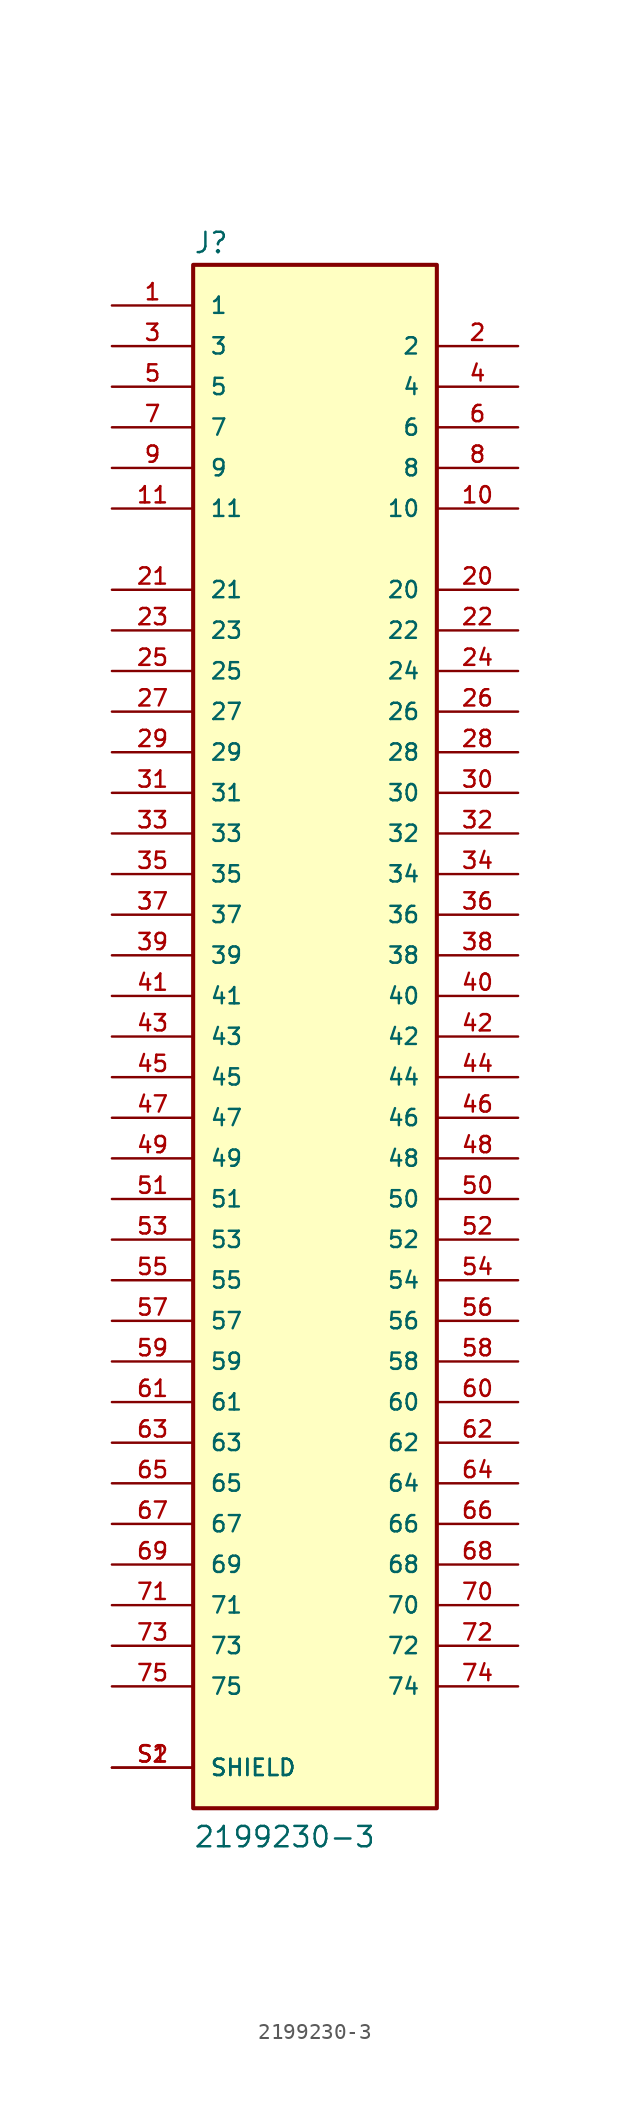
<source format=kicad_sym>
(kicad_symbol_lib
  (version 20211014)
  (generator kicad_symbol_editor)
  (symbol "2199230-3"
    (pin_names
      (offset 1.016))
    (property "Reference" "J"
      (at -7.62 48.895 0)
      (effects (font (size 1.27 1.27)) (justify bottom left)))
    (property "Value" "2199230-3"
      (at -7.62 -50.8 0)
      (effects (font (size 1.27 1.27)) (justify bottom left)))
    (symbol "2199230-3_0_0"
      (rectangle (start -7.62 -48.26) (end 7.62 48.26) (stroke (width 0.254)) (fill (type background)))
      (pin passive line (at -12.7 45.72 0) (length 5.08) (name "1" (effects (font (size 1.016 1.016)))) (number "1" (effects (font (size 1.016 1.016)))))
      (pin passive line (at 12.7 43.18 180.0) (length 5.08) (name "2" (effects (font (size 1.016 1.016)))) (number "2" (effects (font (size 1.016 1.016)))))
      (pin passive line (at -12.7 43.18 0) (length 5.08) (name "3" (effects (font (size 1.016 1.016)))) (number "3" (effects (font (size 1.016 1.016)))))
      (pin passive line (at 12.7 40.64 180.0) (length 5.08) (name "4" (effects (font (size 1.016 1.016)))) (number "4" (effects (font (size 1.016 1.016)))))
      (pin passive line (at -12.7 40.64 0) (length 5.08) (name "5" (effects (font (size 1.016 1.016)))) (number "5" (effects (font (size 1.016 1.016)))))
      (pin passive line (at 12.7 38.1 180.0) (length 5.08) (name "6" (effects (font (size 1.016 1.016)))) (number "6" (effects (font (size 1.016 1.016)))))
      (pin passive line (at -12.7 38.1 0) (length 5.08) (name "7" (effects (font (size 1.016 1.016)))) (number "7" (effects (font (size 1.016 1.016)))))
      (pin passive line (at 12.7 35.56 180.0) (length 5.08) (name "8" (effects (font (size 1.016 1.016)))) (number "8" (effects (font (size 1.016 1.016)))))
      (pin passive line (at -12.7 35.56 0) (length 5.08) (name "9" (effects (font (size 1.016 1.016)))) (number "9" (effects (font (size 1.016 1.016)))))
      (pin passive line (at 12.7 33.02 180.0) (length 5.08) (name "10" (effects (font (size 1.016 1.016)))) (number "10" (effects (font (size 1.016 1.016)))))
      (pin passive line (at -12.7 33.02 0) (length 5.08) (name "11" (effects (font (size 1.016 1.016)))) (number "11" (effects (font (size 1.016 1.016)))))
      (pin passive line (at 12.7 27.94 180.0) (length 5.08) (name "20" (effects (font (size 1.016 1.016)))) (number "20" (effects (font (size 1.016 1.016)))))
      (pin passive line (at -12.7 27.94 0) (length 5.08) (name "21" (effects (font (size 1.016 1.016)))) (number "21" (effects (font (size 1.016 1.016)))))
      (pin passive line (at 12.7 25.4 180.0) (length 5.08) (name "22" (effects (font (size 1.016 1.016)))) (number "22" (effects (font (size 1.016 1.016)))))
      (pin passive line (at -12.7 25.4 0) (length 5.08) (name "23" (effects (font (size 1.016 1.016)))) (number "23" (effects (font (size 1.016 1.016)))))
      (pin passive line (at 12.7 22.86 180.0) (length 5.08) (name "24" (effects (font (size 1.016 1.016)))) (number "24" (effects (font (size 1.016 1.016)))))
      (pin passive line (at -12.7 22.86 0) (length 5.08) (name "25" (effects (font (size 1.016 1.016)))) (number "25" (effects (font (size 1.016 1.016)))))
      (pin passive line (at 12.7 20.32 180.0) (length 5.08) (name "26" (effects (font (size 1.016 1.016)))) (number "26" (effects (font (size 1.016 1.016)))))
      (pin passive line (at -12.7 20.32 0) (length 5.08) (name "27" (effects (font (size 1.016 1.016)))) (number "27" (effects (font (size 1.016 1.016)))))
      (pin passive line (at 12.7 17.78 180.0) (length 5.08) (name "28" (effects (font (size 1.016 1.016)))) (number "28" (effects (font (size 1.016 1.016)))))
      (pin passive line (at -12.7 17.78 0) (length 5.08) (name "29" (effects (font (size 1.016 1.016)))) (number "29" (effects (font (size 1.016 1.016)))))
      (pin passive line (at 12.7 15.24 180.0) (length 5.08) (name "30" (effects (font (size 1.016 1.016)))) (number "30" (effects (font (size 1.016 1.016)))))
      (pin passive line (at -12.7 15.24 0) (length 5.08) (name "31" (effects (font (size 1.016 1.016)))) (number "31" (effects (font (size 1.016 1.016)))))
      (pin passive line (at 12.7 12.7 180.0) (length 5.08) (name "32" (effects (font (size 1.016 1.016)))) (number "32" (effects (font (size 1.016 1.016)))))
      (pin passive line (at -12.7 12.7 0) (length 5.08) (name "33" (effects (font (size 1.016 1.016)))) (number "33" (effects (font (size 1.016 1.016)))))
      (pin passive line (at 12.7 10.16 180.0) (length 5.08) (name "34" (effects (font (size 1.016 1.016)))) (number "34" (effects (font (size 1.016 1.016)))))
      (pin passive line (at -12.7 10.16 0) (length 5.08) (name "35" (effects (font (size 1.016 1.016)))) (number "35" (effects (font (size 1.016 1.016)))))
      (pin passive line (at 12.7 7.62 180.0) (length 5.08) (name "36" (effects (font (size 1.016 1.016)))) (number "36" (effects (font (size 1.016 1.016)))))
      (pin passive line (at -12.7 7.62 0) (length 5.08) (name "37" (effects (font (size 1.016 1.016)))) (number "37" (effects (font (size 1.016 1.016)))))
      (pin passive line (at 12.7 5.08 180.0) (length 5.08) (name "38" (effects (font (size 1.016 1.016)))) (number "38" (effects (font (size 1.016 1.016)))))
      (pin passive line (at -12.7 5.08 0) (length 5.08) (name "39" (effects (font (size 1.016 1.016)))) (number "39" (effects (font (size 1.016 1.016)))))
      (pin passive line (at 12.7 2.54 180.0) (length 5.08) (name "40" (effects (font (size 1.016 1.016)))) (number "40" (effects (font (size 1.016 1.016)))))
      (pin passive line (at -12.7 2.54 0) (length 5.08) (name "41" (effects (font (size 1.016 1.016)))) (number "41" (effects (font (size 1.016 1.016)))))
      (pin passive line (at 12.7 0.0 180.0) (length 5.08) (name "42" (effects (font (size 1.016 1.016)))) (number "42" (effects (font (size 1.016 1.016)))))
      (pin passive line (at -12.7 0.0 0) (length 5.08) (name "43" (effects (font (size 1.016 1.016)))) (number "43" (effects (font (size 1.016 1.016)))))
      (pin passive line (at 12.7 -2.54 180.0) (length 5.08) (name "44" (effects (font (size 1.016 1.016)))) (number "44" (effects (font (size 1.016 1.016)))))
      (pin passive line (at -12.7 -2.54 0) (length 5.08) (name "45" (effects (font (size 1.016 1.016)))) (number "45" (effects (font (size 1.016 1.016)))))
      (pin passive line (at 12.7 -5.08 180.0) (length 5.08) (name "46" (effects (font (size 1.016 1.016)))) (number "46" (effects (font (size 1.016 1.016)))))
      (pin passive line (at -12.7 -5.08 0) (length 5.08) (name "47" (effects (font (size 1.016 1.016)))) (number "47" (effects (font (size 1.016 1.016)))))
      (pin passive line (at 12.7 -7.62 180.0) (length 5.08) (name "48" (effects (font (size 1.016 1.016)))) (number "48" (effects (font (size 1.016 1.016)))))
      (pin passive line (at -12.7 -7.62 0) (length 5.08) (name "49" (effects (font (size 1.016 1.016)))) (number "49" (effects (font (size 1.016 1.016)))))
      (pin passive line (at 12.7 -10.16 180.0) (length 5.08) (name "50" (effects (font (size 1.016 1.016)))) (number "50" (effects (font (size 1.016 1.016)))))
      (pin passive line (at -12.7 -10.16 0) (length 5.08) (name "51" (effects (font (size 1.016 1.016)))) (number "51" (effects (font (size 1.016 1.016)))))
      (pin passive line (at 12.7 -12.7 180.0) (length 5.08) (name "52" (effects (font (size 1.016 1.016)))) (number "52" (effects (font (size 1.016 1.016)))))
      (pin passive line (at -12.7 -12.7 0) (length 5.08) (name "53" (effects (font (size 1.016 1.016)))) (number "53" (effects (font (size 1.016 1.016)))))
      (pin passive line (at 12.7 -15.24 180.0) (length 5.08) (name "54" (effects (font (size 1.016 1.016)))) (number "54" (effects (font (size 1.016 1.016)))))
      (pin passive line (at -12.7 -15.24 0) (length 5.08) (name "55" (effects (font (size 1.016 1.016)))) (number "55" (effects (font (size 1.016 1.016)))))
      (pin passive line (at 12.7 -17.78 180.0) (length 5.08) (name "56" (effects (font (size 1.016 1.016)))) (number "56" (effects (font (size 1.016 1.016)))))
      (pin passive line (at -12.7 -17.78 0) (length 5.08) (name "57" (effects (font (size 1.016 1.016)))) (number "57" (effects (font (size 1.016 1.016)))))
      (pin passive line (at 12.7 -20.32 180.0) (length 5.08) (name "58" (effects (font (size 1.016 1.016)))) (number "58" (effects (font (size 1.016 1.016)))))
      (pin passive line (at -12.7 -20.32 0) (length 5.08) (name "59" (effects (font (size 1.016 1.016)))) (number "59" (effects (font (size 1.016 1.016)))))
      (pin passive line (at 12.7 -22.86 180.0) (length 5.08) (name "60" (effects (font (size 1.016 1.016)))) (number "60" (effects (font (size 1.016 1.016)))))
      (pin passive line (at -12.7 -22.86 0) (length 5.08) (name "61" (effects (font (size 1.016 1.016)))) (number "61" (effects (font (size 1.016 1.016)))))
      (pin passive line (at 12.7 -25.4 180.0) (length 5.08) (name "62" (effects (font (size 1.016 1.016)))) (number "62" (effects (font (size 1.016 1.016)))))
      (pin passive line (at -12.7 -25.4 0) (length 5.08) (name "63" (effects (font (size 1.016 1.016)))) (number "63" (effects (font (size 1.016 1.016)))))
      (pin passive line (at 12.7 -27.94 180.0) (length 5.08) (name "64" (effects (font (size 1.016 1.016)))) (number "64" (effects (font (size 1.016 1.016)))))
      (pin passive line (at -12.7 -27.94 0) (length 5.08) (name "65" (effects (font (size 1.016 1.016)))) (number "65" (effects (font (size 1.016 1.016)))))
      (pin passive line (at 12.7 -30.48 180.0) (length 5.08) (name "66" (effects (font (size 1.016 1.016)))) (number "66" (effects (font (size 1.016 1.016)))))
      (pin passive line (at -12.7 -30.48 0) (length 5.08) (name "67" (effects (font (size 1.016 1.016)))) (number "67" (effects (font (size 1.016 1.016)))))
      (pin passive line (at 12.7 -33.02 180.0) (length 5.08) (name "68" (effects (font (size 1.016 1.016)))) (number "68" (effects (font (size 1.016 1.016)))))
      (pin passive line (at -12.7 -33.02 0) (length 5.08) (name "69" (effects (font (size 1.016 1.016)))) (number "69" (effects (font (size 1.016 1.016)))))
      (pin passive line (at 12.7 -35.56 180.0) (length 5.08) (name "70" (effects (font (size 1.016 1.016)))) (number "70" (effects (font (size 1.016 1.016)))))
      (pin passive line (at -12.7 -35.56 0) (length 5.08) (name "71" (effects (font (size 1.016 1.016)))) (number "71" (effects (font (size 1.016 1.016)))))
      (pin passive line (at 12.7 -38.1 180.0) (length 5.08) (name "72" (effects (font (size 1.016 1.016)))) (number "72" (effects (font (size 1.016 1.016)))))
      (pin passive line (at -12.7 -38.1 0) (length 5.08) (name "73" (effects (font (size 1.016 1.016)))) (number "73" (effects (font (size 1.016 1.016)))))
      (pin passive line (at 12.7 -40.64 180.0) (length 5.08) (name "74" (effects (font (size 1.016 1.016)))) (number "74" (effects (font (size 1.016 1.016)))))
      (pin passive line (at -12.7 -40.64 0) (length 5.08) (name "75" (effects (font (size 1.016 1.016)))) (number "75" (effects (font (size 1.016 1.016)))))
      (pin passive line (at -12.7 -45.72 0) (length 5.08) (name "SHIELD" (effects (font (size 1.016 1.016)))) (number "S1" (effects (font (size 1.016 1.016)))))
      (pin passive line (at -12.7 -45.72 0) (length 5.08) (name "SHIELD" (effects (font (size 1.016 1.016)))) (number "S2" (effects (font (size 1.016 1.016))))))))
</source>
